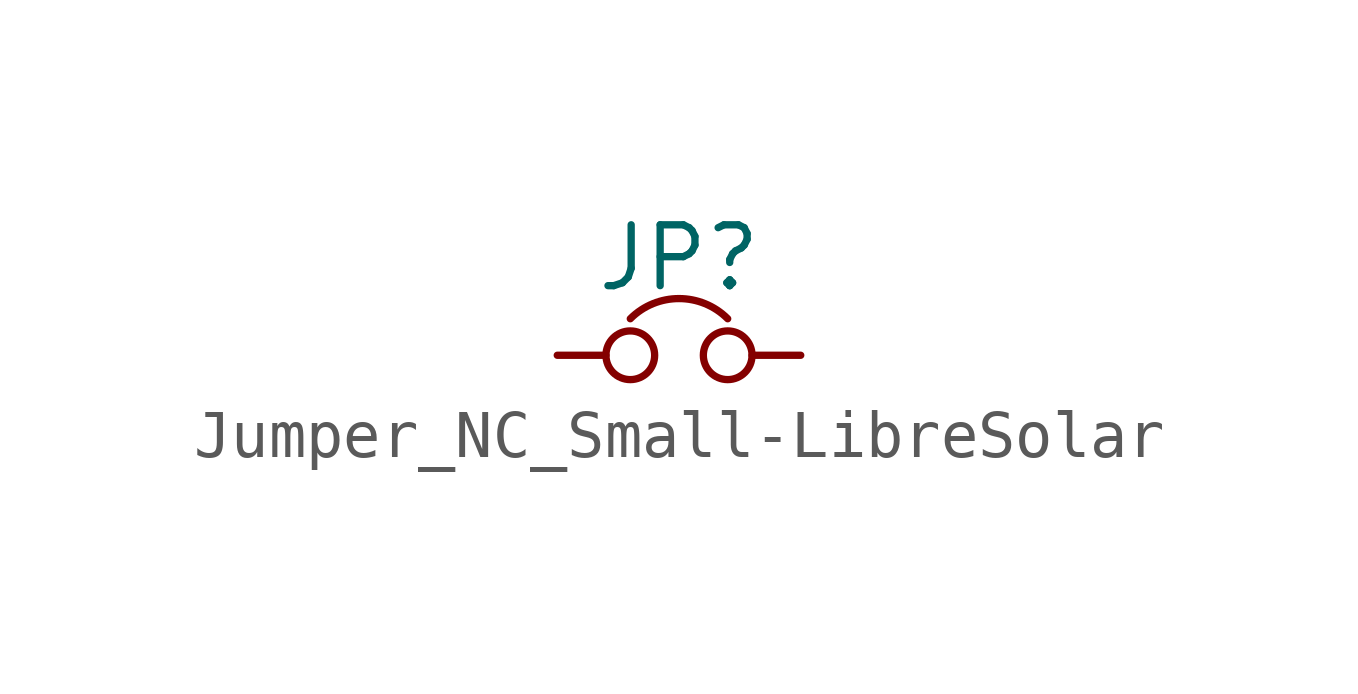
<source format=kicad_sym>
(kicad_symbol_lib
  (version 20211014)
  (generator kicad_symbol_editor)
  (symbol "Jumper_NC_Small-LibreSolar"
    (pin_numbers hide)
    (pin_names
      (offset 0.762) hide)
    (property "Reference" "JP"
      (at 0 2.032 0)
      (effects (font (size 1.27 1.27))))
    (property "Footprint" ""
      (at 0 0 0)
      (effects (font (size 1.27 1.27))))
    (property "Datasheet" ""
      (at 0 0 0)
      (effects (font (size 1.27 1.27))))
    (symbol "Jumper_NC_Small-LibreSolar_0_1"
      (circle (center -1.016 0) (radius 0.508) (stroke (width 0) (type default) (color 0 0 0 0)) (fill (type none)))
      (circle (center 1.016 0) (radius 0.508) (stroke (width 0) (type default) (color 0 0 0 0)) (fill (type none)))
      (arc (start 1.016 0.762) (mid 0 1.1828) (end -1.016 0.762) (stroke (width 0) (type default) (color 0 0 0 0)) (fill (type none)))
      (pin passive line (at -2.54 0 0) (length 1.016) (name "1" (effects (font (size 1.27 1.27)))) (number "1" (effects (font (size 1.27 1.27)))))
      (pin passive line (at 2.54 0 180) (length 1.016) (name "2" (effects (font (size 1.27 1.27)))) (number "2" (effects (font (size 1.27 1.27))))))))
</source>
